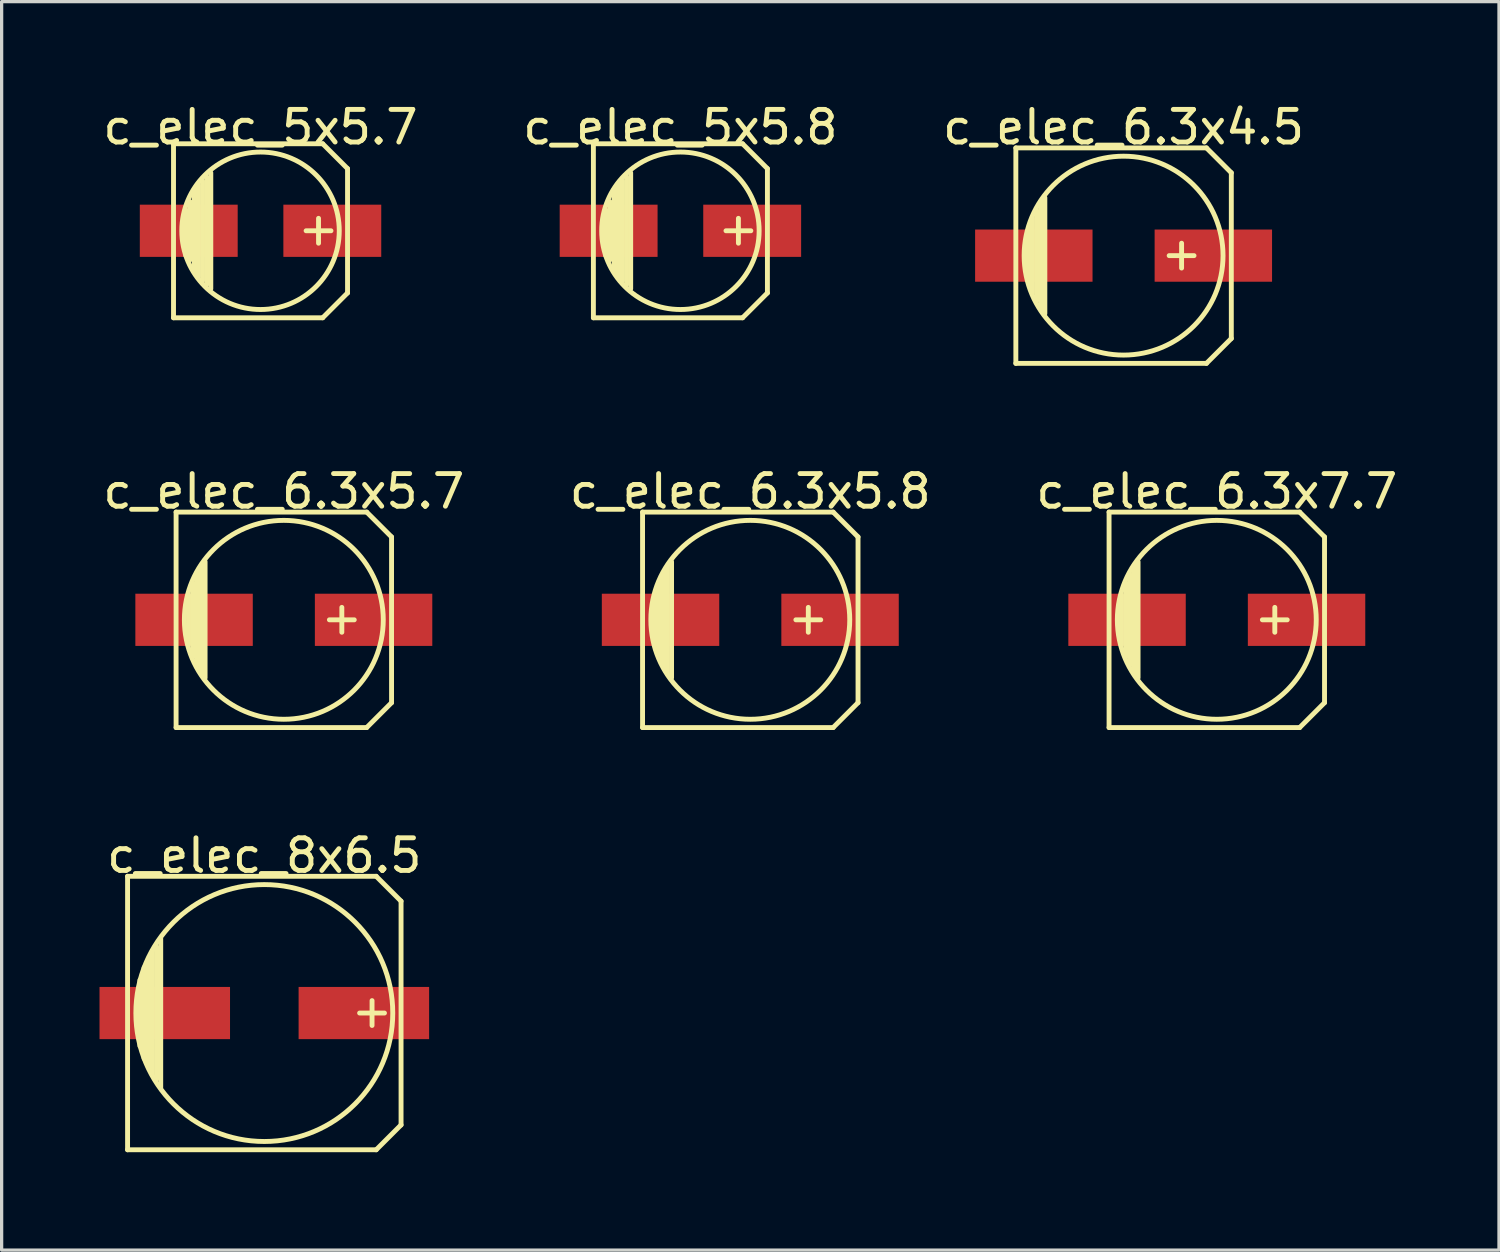
<source format=kicad_pcb>
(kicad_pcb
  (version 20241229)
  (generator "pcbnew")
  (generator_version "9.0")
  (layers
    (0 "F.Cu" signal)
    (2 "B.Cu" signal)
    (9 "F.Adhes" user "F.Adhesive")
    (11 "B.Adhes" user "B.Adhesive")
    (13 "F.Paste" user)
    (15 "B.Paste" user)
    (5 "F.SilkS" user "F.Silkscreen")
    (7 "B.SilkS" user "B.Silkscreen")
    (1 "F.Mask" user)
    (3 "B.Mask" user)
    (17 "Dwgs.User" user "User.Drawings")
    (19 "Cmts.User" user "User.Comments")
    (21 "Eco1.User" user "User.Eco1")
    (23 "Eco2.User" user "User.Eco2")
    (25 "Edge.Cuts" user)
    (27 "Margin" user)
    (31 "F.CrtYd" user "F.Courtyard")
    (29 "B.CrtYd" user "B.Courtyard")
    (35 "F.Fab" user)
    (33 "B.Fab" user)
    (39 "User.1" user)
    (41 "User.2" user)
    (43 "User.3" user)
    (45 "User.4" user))
  (footprint "c_elec_5x5.7"
    (layer "F.Cu")
    (at 4.935 4.023)
    (property "Reference" "c_elec_5x5.7" (at 0 -3.175 0) (layer "F.SilkS") (effects (font (size 1 1) (thickness 0.15))))
    (attr through_hole)
    (fp_line (start -2.667 -2.667) (end 1.905 -2.667) (stroke (width 0.15) (type solid)) (layer "F.SilkS"))
    (fp_line (start -2.667 2.667) (end -2.667 -2.667) (stroke (width 0.15) (type solid)) (layer "F.SilkS"))
    (fp_line (start -2.286 -0.635) (end -2.286 0.762) (stroke (width 0.15) (type solid)) (layer "F.SilkS"))
    (fp_line (start -2.159 -0.889) (end -2.159 0.889) (stroke (width 0.15) (type solid)) (layer "F.SilkS"))
    (fp_line (start -2.032 -1.27) (end -2.032 1.27) (stroke (width 0.15) (type solid)) (layer "F.SilkS"))
    (fp_line (start -1.905 1.397) (end -1.905 -1.397) (stroke (width 0.15) (type solid)) (layer "F.SilkS"))
    (fp_line (start -1.778 -1.524) (end -1.778 1.524) (stroke (width 0.15) (type solid)) (layer "F.SilkS"))
    (fp_line (start -1.651 1.651) (end -1.651 -1.651) (stroke (width 0.15) (type solid)) (layer "F.SilkS"))
    (fp_line (start -1.524 -1.778) (end -1.524 1.778) (stroke (width 0.15) (type solid)) (layer "F.SilkS"))
    (fp_line (start 1.778 -0.381) (end 1.778 0.381) (stroke (width 0.15) (type solid)) (layer "F.SilkS"))
    (fp_line (start 1.905 -2.667) (end 2.667 -1.905) (stroke (width 0.15) (type solid)) (layer "F.SilkS"))
    (fp_line (start 1.905 2.667) (end -2.667 2.667) (stroke (width 0.15) (type solid)) (layer "F.SilkS"))
    (fp_line (start 2.159 0) (end 1.397 0) (stroke (width 0.15) (type solid)) (layer "F.SilkS"))
    (fp_line (start 2.667 -1.905) (end 2.667 1.905) (stroke (width 0.15) (type solid)) (layer "F.SilkS"))
    (fp_line (start 2.667 1.905) (end 1.905 2.667) (stroke (width 0.15) (type solid)) (layer "F.SilkS"))
    (fp_circle (center 0 0) (end -2.413 0) (stroke (width 0.15) (type solid)) (fill no) (layer "F.SilkS"))
    (pad "1" smd rect (at 2.2 0) (size 3 1.6) (layers "F.Cu" "F.Mask" "F.Paste"))
    (pad "2" smd rect (at -2.2 0) (size 3 1.6) (layers "F.Cu" "F.Mask" "F.Paste")))
  (footprint "c_elec_6.3x7.7"
    (layer "F.Cu")
    (at 34.244 15.947)
    (property "Reference" "c_elec_6.3x7.7" (at 0 -3.937 0) (layer "F.SilkS") (effects (font (size 1 1) (thickness 0.15))))
    (attr through_hole)
    (fp_line (start -3.302 -3.302) (end -3.302 3.302) (stroke (width 0.15) (type solid)) (layer "F.SilkS"))
    (fp_line (start -3.302 3.302) (end 2.54 3.302) (stroke (width 0.15) (type solid)) (layer "F.SilkS"))
    (fp_line (start -2.921 -0.762) (end -2.921 0.762) (stroke (width 0.15) (type solid)) (layer "F.SilkS"))
    (fp_line (start -2.794 1.143) (end -2.794 -1.143) (stroke (width 0.15) (type solid)) (layer "F.SilkS"))
    (fp_line (start -2.667 -1.397) (end -2.667 1.397) (stroke (width 0.15) (type solid)) (layer "F.SilkS"))
    (fp_line (start -2.54 1.651) (end -2.54 -1.651) (stroke (width 0.15) (type solid)) (layer "F.SilkS"))
    (fp_line (start -2.413 -1.778) (end -2.413 1.778) (stroke (width 0.15) (type solid)) (layer "F.SilkS"))
    (fp_line (start 1.778 -0.381) (end 1.778 0.381) (stroke (width 0.15) (type solid)) (layer "F.SilkS"))
    (fp_line (start 2.159 0) (end 1.397 0) (stroke (width 0.15) (type solid)) (layer "F.SilkS"))
    (fp_line (start 2.54 -3.302) (end -3.302 -3.302) (stroke (width 0.15) (type solid)) (layer "F.SilkS"))
    (fp_line (start 2.54 3.302) (end 3.302 2.54) (stroke (width 0.15) (type solid)) (layer "F.SilkS"))
    (fp_line (start 3.302 -2.54) (end 2.54 -3.302) (stroke (width 0.15) (type solid)) (layer "F.SilkS"))
    (fp_line (start 3.302 2.54) (end 3.302 -2.54) (stroke (width 0.15) (type solid)) (layer "F.SilkS"))
    (fp_circle (center 0 0) (end -3.048 0) (stroke (width 0.15) (type solid)) (fill no) (layer "F.SilkS"))
    (pad "1" smd rect (at 2.751 0) (size 3.599 1.6) (layers "F.Cu" "F.Mask" "F.Paste"))
    (pad "2" smd rect (at -2.751 0) (size 3.599 1.6) (layers "F.Cu" "F.Mask" "F.Paste")))
  (footprint "c_elec_8x6.5"
    (layer "F.Cu")
    (at 5.051 27.999)
    (property "Reference" "c_elec_8x6.5" (at 0 -4.826 0) (layer "F.SilkS") (effects (font (size 1 1) (thickness 0.15))))
    (attr through_hole)
    (fp_line (start -4.191 -4.191) (end -4.191 4.191) (stroke (width 0.15) (type solid)) (layer "F.SilkS"))
    (fp_line (start -4.191 4.191) (end 3.429 4.191) (stroke (width 0.15) (type solid)) (layer "F.SilkS"))
    (fp_line (start -3.81 -1.016) (end -3.81 1.016) (stroke (width 0.15) (type solid)) (layer "F.SilkS"))
    (fp_line (start -3.683 1.397) (end -3.683 -1.397) (stroke (width 0.15) (type solid)) (layer "F.SilkS"))
    (fp_line (start -3.556 -1.651) (end -3.556 1.651) (stroke (width 0.15) (type solid)) (layer "F.SilkS"))
    (fp_line (start -3.429 1.905) (end -3.429 -1.905) (stroke (width 0.15) (type solid)) (layer "F.SilkS"))
    (fp_line (start -3.302 2.032) (end -3.302 -2.032) (stroke (width 0.15) (type solid)) (layer "F.SilkS"))
    (fp_line (start -3.175 -2.286) (end -3.175 2.286) (stroke (width 0.15) (type solid)) (layer "F.SilkS"))
    (fp_line (start 3.302 -0.381) (end 3.302 0.381) (stroke (width 0.15) (type solid)) (layer "F.SilkS"))
    (fp_line (start 3.429 -4.191) (end -4.191 -4.191) (stroke (width 0.15) (type solid)) (layer "F.SilkS"))
    (fp_line (start 3.429 4.191) (end 4.191 3.429) (stroke (width 0.15) (type solid)) (layer "F.SilkS"))
    (fp_line (start 3.683 0) (end 2.921 0) (stroke (width 0.15) (type solid)) (layer "F.SilkS"))
    (fp_line (start 4.191 -3.429) (end 3.429 -4.191) (stroke (width 0.15) (type solid)) (layer "F.SilkS"))
    (fp_line (start 4.191 3.429) (end 4.191 -3.429) (stroke (width 0.15) (type solid)) (layer "F.SilkS"))
    (fp_circle (center 0 0) (end 3.937 0) (stroke (width 0.15) (type solid)) (fill no) (layer "F.SilkS"))
    (pad "1" smd rect (at 3.051 0) (size 4 1.6) (layers "F.Cu" "F.Mask" "F.Paste"))
    (pad "2" smd rect (at -3.051 0) (size 4 1.6) (layers "F.Cu" "F.Mask" "F.Paste")))
  (footprint "c_elec_6.3x4.5"
    (layer "F.Cu")
    (at 31.387 4.785)
    (property "Reference" "c_elec_6.3x4.5" (at 0 -3.937 0) (layer "F.SilkS") (effects (font (size 1 1) (thickness 0.15))))
    (attr through_hole)
    (fp_line (start -3.302 -3.302) (end -3.302 3.302) (stroke (width 0.15) (type solid)) (layer "F.SilkS"))
    (fp_line (start -3.302 3.302) (end 2.54 3.302) (stroke (width 0.15) (type solid)) (layer "F.SilkS"))
    (fp_line (start -2.921 -0.762) (end -2.921 0.762) (stroke (width 0.15) (type solid)) (layer "F.SilkS"))
    (fp_line (start -2.794 1.143) (end -2.794 -1.143) (stroke (width 0.15) (type solid)) (layer "F.SilkS"))
    (fp_line (start -2.667 -1.397) (end -2.667 1.397) (stroke (width 0.15) (type solid)) (layer "F.SilkS"))
    (fp_line (start -2.54 1.651) (end -2.54 -1.651) (stroke (width 0.15) (type solid)) (layer "F.SilkS"))
    (fp_line (start -2.413 -1.778) (end -2.413 1.778) (stroke (width 0.15) (type solid)) (layer "F.SilkS"))
    (fp_line (start 1.778 -0.381) (end 1.778 0.381) (stroke (width 0.15) (type solid)) (layer "F.SilkS"))
    (fp_line (start 2.159 0) (end 1.397 0) (stroke (width 0.15) (type solid)) (layer "F.SilkS"))
    (fp_line (start 2.54 -3.302) (end -3.302 -3.302) (stroke (width 0.15) (type solid)) (layer "F.SilkS"))
    (fp_line (start 2.54 3.302) (end 3.302 2.54) (stroke (width 0.15) (type solid)) (layer "F.SilkS"))
    (fp_line (start 3.302 -2.54) (end 2.54 -3.302) (stroke (width 0.15) (type solid)) (layer "F.SilkS"))
    (fp_line (start 3.302 2.54) (end 3.302 -2.54) (stroke (width 0.15) (type solid)) (layer "F.SilkS"))
    (fp_circle (center 0 0) (end -3.048 0) (stroke (width 0.15) (type solid)) (fill no) (layer "F.SilkS"))
    (pad "1" smd rect (at 2.751 0) (size 3.599 1.6) (layers "F.Cu" "F.Mask" "F.Paste"))
    (pad "2" smd rect (at -2.751 0) (size 3.599 1.6) (layers "F.Cu" "F.Mask" "F.Paste")))
  (footprint "c_elec_5x5.8"
    (layer "F.Cu")
    (at 17.804 4.023)
    (property "Reference" "c_elec_5x5.8" (at 0 -3.175 0) (layer "F.SilkS") (effects (font (size 1 1) (thickness 0.15))))
    (attr through_hole)
    (fp_line (start -2.667 -2.667) (end 1.905 -2.667) (stroke (width 0.15) (type solid)) (layer "F.SilkS"))
    (fp_line (start -2.667 2.667) (end -2.667 -2.667) (stroke (width 0.15) (type solid)) (layer "F.SilkS"))
    (fp_line (start -2.286 -0.635) (end -2.286 0.762) (stroke (width 0.15) (type solid)) (layer "F.SilkS"))
    (fp_line (start -2.159 -0.889) (end -2.159 0.889) (stroke (width 0.15) (type solid)) (layer "F.SilkS"))
    (fp_line (start -2.032 -1.27) (end -2.032 1.27) (stroke (width 0.15) (type solid)) (layer "F.SilkS"))
    (fp_line (start -1.905 1.397) (end -1.905 -1.397) (stroke (width 0.15) (type solid)) (layer "F.SilkS"))
    (fp_line (start -1.778 -1.524) (end -1.778 1.524) (stroke (width 0.15) (type solid)) (layer "F.SilkS"))
    (fp_line (start -1.651 1.651) (end -1.651 -1.651) (stroke (width 0.15) (type solid)) (layer "F.SilkS"))
    (fp_line (start -1.524 -1.778) (end -1.524 1.778) (stroke (width 0.15) (type solid)) (layer "F.SilkS"))
    (fp_line (start 1.778 -0.381) (end 1.778 0.381) (stroke (width 0.15) (type solid)) (layer "F.SilkS"))
    (fp_line (start 1.905 -2.667) (end 2.667 -1.905) (stroke (width 0.15) (type solid)) (layer "F.SilkS"))
    (fp_line (start 1.905 2.667) (end -2.667 2.667) (stroke (width 0.15) (type solid)) (layer "F.SilkS"))
    (fp_line (start 2.159 0) (end 1.397 0) (stroke (width 0.15) (type solid)) (layer "F.SilkS"))
    (fp_line (start 2.667 -1.905) (end 2.667 1.905) (stroke (width 0.15) (type solid)) (layer "F.SilkS"))
    (fp_line (start 2.667 1.905) (end 1.905 2.667) (stroke (width 0.15) (type solid)) (layer "F.SilkS"))
    (fp_circle (center 0 0) (end -2.413 0) (stroke (width 0.15) (type solid)) (fill no) (layer "F.SilkS"))
    (pad "1" smd rect (at 2.2 0) (size 3 1.6) (layers "F.Cu" "F.Mask" "F.Paste"))
    (pad "2" smd rect (at -2.2 0) (size 3 1.6) (layers "F.Cu" "F.Mask" "F.Paste")))
  (footprint "c_elec_6.3x5.7"
    (layer "F.Cu")
    (at 5.649 15.947)
    (property "Reference" "c_elec_6.3x5.7" (at 0 -3.937 0) (layer "F.SilkS") (effects (font (size 1 1) (thickness 0.15))))
    (attr through_hole)
    (fp_line (start -3.302 -3.302) (end -3.302 3.302) (stroke (width 0.15) (type solid)) (layer "F.SilkS"))
    (fp_line (start -3.302 3.302) (end 2.54 3.302) (stroke (width 0.15) (type solid)) (layer "F.SilkS"))
    (fp_line (start -2.921 -0.762) (end -2.921 0.762) (stroke (width 0.15) (type solid)) (layer "F.SilkS"))
    (fp_line (start -2.794 1.143) (end -2.794 -1.143) (stroke (width 0.15) (type solid)) (layer "F.SilkS"))
    (fp_line (start -2.667 -1.397) (end -2.667 1.397) (stroke (width 0.15) (type solid)) (layer "F.SilkS"))
    (fp_line (start -2.54 1.651) (end -2.54 -1.651) (stroke (width 0.15) (type solid)) (layer "F.SilkS"))
    (fp_line (start -2.413 -1.778) (end -2.413 1.778) (stroke (width 0.15) (type solid)) (layer "F.SilkS"))
    (fp_line (start 1.778 -0.381) (end 1.778 0.381) (stroke (width 0.15) (type solid)) (layer "F.SilkS"))
    (fp_line (start 2.159 0) (end 1.397 0) (stroke (width 0.15) (type solid)) (layer "F.SilkS"))
    (fp_line (start 2.54 -3.302) (end -3.302 -3.302) (stroke (width 0.15) (type solid)) (layer "F.SilkS"))
    (fp_line (start 2.54 3.302) (end 3.302 2.54) (stroke (width 0.15) (type solid)) (layer "F.SilkS"))
    (fp_line (start 3.302 -2.54) (end 2.54 -3.302) (stroke (width 0.15) (type solid)) (layer "F.SilkS"))
    (fp_line (start 3.302 2.54) (end 3.302 -2.54) (stroke (width 0.15) (type solid)) (layer "F.SilkS"))
    (fp_circle (center 0 0) (end -3.048 0) (stroke (width 0.15) (type solid)) (fill no) (layer "F.SilkS"))
    (pad "1" smd rect (at 2.751 0) (size 3.599 1.6) (layers "F.Cu" "F.Mask" "F.Paste"))
    (pad "2" smd rect (at -2.751 0) (size 3.599 1.6) (layers "F.Cu" "F.Mask" "F.Paste")))
  (footprint "c_elec_6.3x5.8"
    (layer "F.Cu")
    (at 19.946 15.947)
    (property "Reference" "c_elec_6.3x5.8" (at 0 -3.937 0) (layer "F.SilkS") (effects (font (size 1 1) (thickness 0.15))))
    (attr through_hole)
    (fp_line (start -3.302 -3.302) (end -3.302 3.302) (stroke (width 0.15) (type solid)) (layer "F.SilkS"))
    (fp_line (start -3.302 3.302) (end 2.54 3.302) (stroke (width 0.15) (type solid)) (layer "F.SilkS"))
    (fp_line (start -2.921 -0.762) (end -2.921 0.762) (stroke (width 0.15) (type solid)) (layer "F.SilkS"))
    (fp_line (start -2.794 1.143) (end -2.794 -1.143) (stroke (width 0.15) (type solid)) (layer "F.SilkS"))
    (fp_line (start -2.667 -1.397) (end -2.667 1.397) (stroke (width 0.15) (type solid)) (layer "F.SilkS"))
    (fp_line (start -2.54 1.651) (end -2.54 -1.651) (stroke (width 0.15) (type solid)) (layer "F.SilkS"))
    (fp_line (start -2.413 -1.778) (end -2.413 1.778) (stroke (width 0.15) (type solid)) (layer "F.SilkS"))
    (fp_line (start 1.778 -0.381) (end 1.778 0.381) (stroke (width 0.15) (type solid)) (layer "F.SilkS"))
    (fp_line (start 2.159 0) (end 1.397 0) (stroke (width 0.15) (type solid)) (layer "F.SilkS"))
    (fp_line (start 2.54 -3.302) (end -3.302 -3.302) (stroke (width 0.15) (type solid)) (layer "F.SilkS"))
    (fp_line (start 2.54 3.302) (end 3.302 2.54) (stroke (width 0.15) (type solid)) (layer "F.SilkS"))
    (fp_line (start 3.302 -2.54) (end 2.54 -3.302) (stroke (width 0.15) (type solid)) (layer "F.SilkS"))
    (fp_line (start 3.302 2.54) (end 3.302 -2.54) (stroke (width 0.15) (type solid)) (layer "F.SilkS"))
    (fp_circle (center 0 0) (end -3.048 0) (stroke (width 0.15) (type solid)) (fill no) (layer "F.SilkS"))
    (pad "1" smd rect (at 2.751 0) (size 3.599 1.6) (layers "F.Cu" "F.Mask" "F.Paste"))
    (pad "2" smd rect (at -2.751 0) (size 3.599 1.6) (layers "F.Cu" "F.Mask" "F.Paste")))
  (gr_rect
    (start -3 -3)
    (end 42.893 35.265)
    (stroke (width 0.1) (type default))
    (fill no)
    (layer "Edge.Cuts")))
</source>
